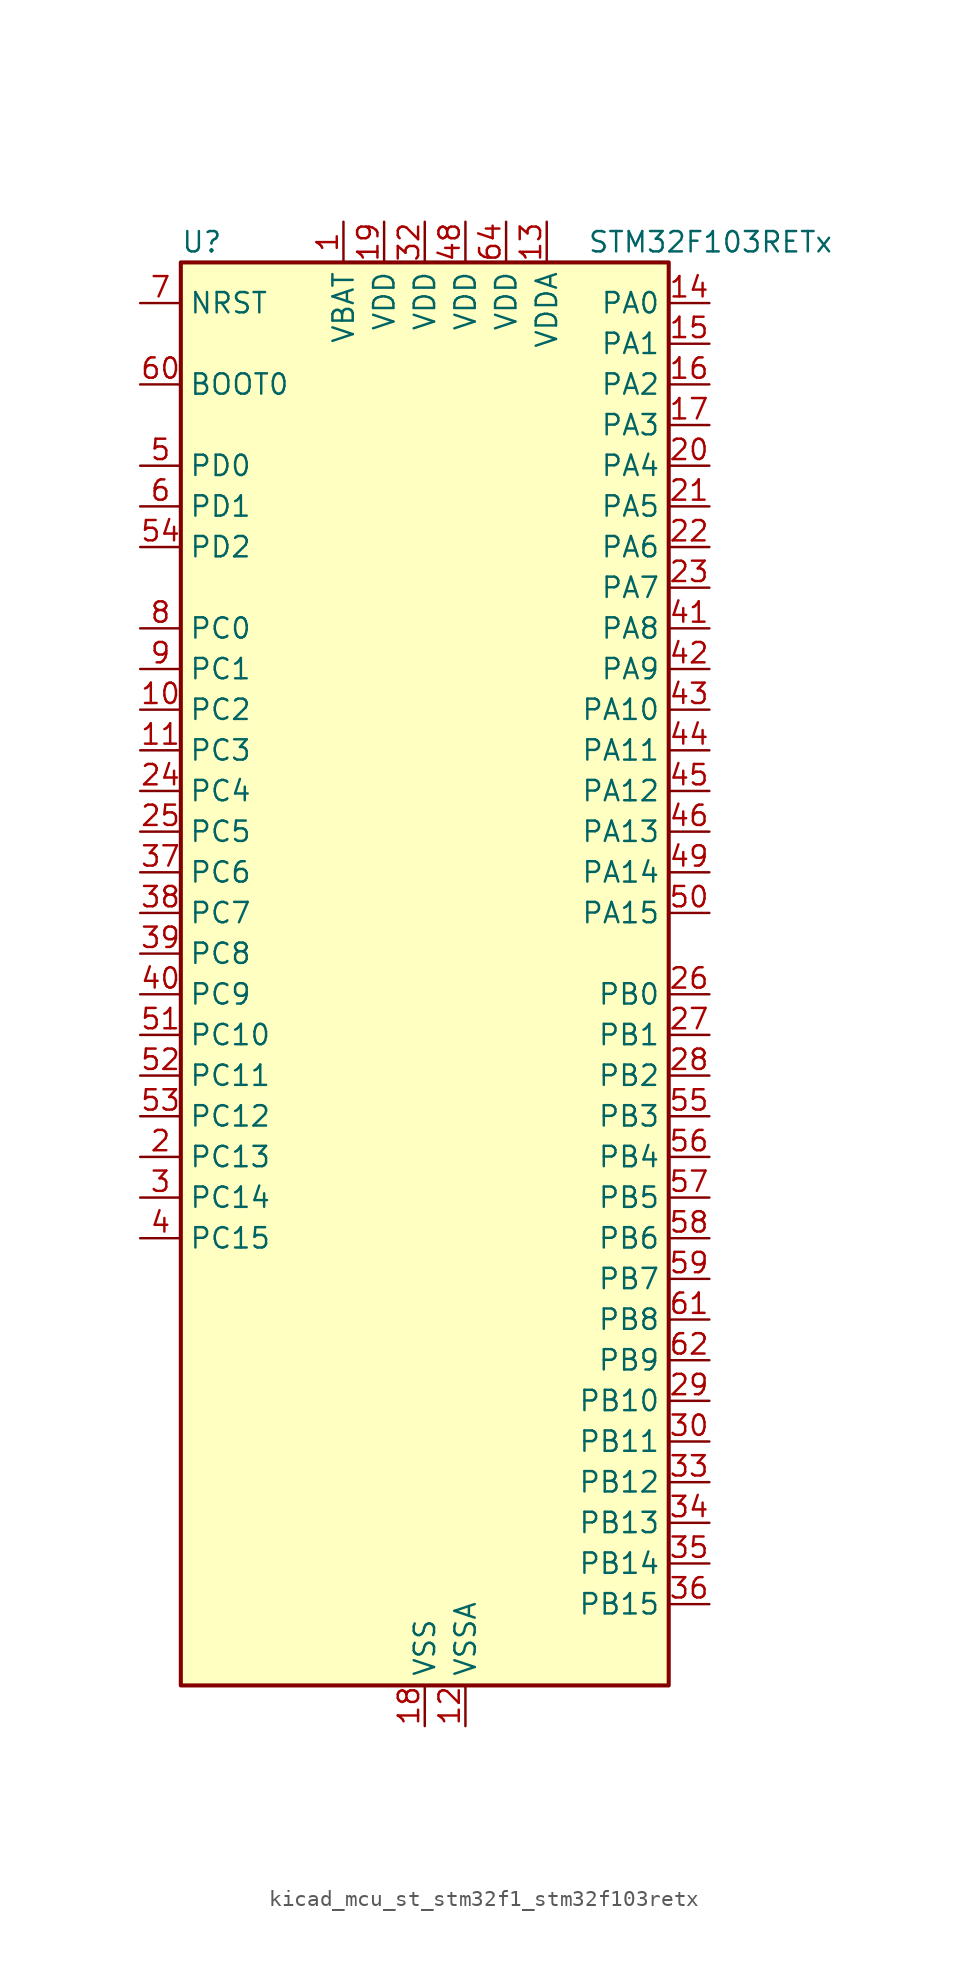
<source format=kicad_sym>
(kicad_symbol_lib
  (version 20220914)
  (generator kicad_symbol_editor)
  (symbol "kicad_mcu_st_stm32f1_stm32f103retx"
    (property "Reference" "U"
      (at -15.24 46.99 0)
      (effects (font (size 1.27 1.27)) (justify left)))
    (property "Value" "STM32F103RETx"
      (at 10.16 46.99 0)
      (effects (font (size 1.27 1.27)) (justify left)))
    (property "ki_locked" ""
      (at 0 0 0)
      (effects (font (size 1.27 1.27))))
    (symbol "kicad_mcu_st_stm32f1_stm32f103retx_0_1"
      (rectangle (start -15.24 -43.18) (end 15.24 45.72) (stroke (width 0.254) (type default)) (fill (type background))))
    (symbol "kicad_mcu_st_stm32f1_stm32f103retx_1_1"
      (pin power_in line (at -5.08 48.26 270) (length 2.54) (name "VBAT" (effects (font (size 1.27 1.27)))) (number "1" (effects (font (size 1.27 1.27)))))
      (pin bidirectional line (at -17.78 17.78 0) (length 2.54) (name "PC2" (effects (font (size 1.27 1.27)))) (number "10" (effects (font (size 1.27 1.27)))) (alternate "ADC1_IN12" bidirectional line) (alternate "ADC2_IN12" bidirectional line) (alternate "ADC3_IN12" bidirectional line))
      (pin bidirectional line (at -17.78 15.24 0) (length 2.54) (name "PC3" (effects (font (size 1.27 1.27)))) (number "11" (effects (font (size 1.27 1.27)))) (alternate "ADC1_IN13" bidirectional line) (alternate "ADC2_IN13" bidirectional line) (alternate "ADC3_IN13" bidirectional line))
      (pin power_in line (at 2.54 -45.72 90) (length 2.54) (name "VSSA" (effects (font (size 1.27 1.27)))) (number "12" (effects (font (size 1.27 1.27)))))
      (pin power_in line (at 7.62 48.26 270) (length 2.54) (name "VDDA" (effects (font (size 1.27 1.27)))) (number "13" (effects (font (size 1.27 1.27)))))
      (pin bidirectional line (at 17.78 43.18 180) (length 2.54) (name "PA0" (effects (font (size 1.27 1.27)))) (number "14" (effects (font (size 1.27 1.27)))) (alternate "ADC1_IN0" bidirectional line) (alternate "ADC2_IN0" bidirectional line) (alternate "ADC3_IN0" bidirectional line) (alternate "SYS_WKUP" bidirectional line) (alternate "TIM2_CH1" bidirectional line) (alternate "TIM2_ETR" bidirectional line) (alternate "TIM5_CH1" bidirectional line) (alternate "TIM8_ETR" bidirectional line) (alternate "USART2_CTS" bidirectional line))
      (pin bidirectional line (at 17.78 40.64 180) (length 2.54) (name "PA1" (effects (font (size 1.27 1.27)))) (number "15" (effects (font (size 1.27 1.27)))) (alternate "ADC1_IN1" bidirectional line) (alternate "ADC2_IN1" bidirectional line) (alternate "ADC3_IN1" bidirectional line) (alternate "TIM2_CH2" bidirectional line) (alternate "TIM5_CH2" bidirectional line) (alternate "USART2_RTS" bidirectional line))
      (pin bidirectional line (at 17.78 38.1 180) (length 2.54) (name "PA2" (effects (font (size 1.27 1.27)))) (number "16" (effects (font (size 1.27 1.27)))) (alternate "ADC1_IN2" bidirectional line) (alternate "ADC2_IN2" bidirectional line) (alternate "ADC3_IN2" bidirectional line) (alternate "TIM2_CH3" bidirectional line) (alternate "TIM5_CH3" bidirectional line) (alternate "USART2_TX" bidirectional line))
      (pin bidirectional line (at 17.78 35.56 180) (length 2.54) (name "PA3" (effects (font (size 1.27 1.27)))) (number "17" (effects (font (size 1.27 1.27)))) (alternate "ADC1_IN3" bidirectional line) (alternate "ADC2_IN3" bidirectional line) (alternate "ADC3_IN3" bidirectional line) (alternate "TIM2_CH4" bidirectional line) (alternate "TIM5_CH4" bidirectional line) (alternate "USART2_RX" bidirectional line))
      (pin power_in line (at 0 -45.72 90) (length 2.54) (name "VSS" (effects (font (size 1.27 1.27)))) (number "18" (effects (font (size 1.27 1.27)))))
      (pin power_in line (at -2.54 48.26 270) (length 2.54) (name "VDD" (effects (font (size 1.27 1.27)))) (number "19" (effects (font (size 1.27 1.27)))))
      (pin bidirectional line (at -17.78 -10.16 0) (length 2.54) (name "PC13" (effects (font (size 1.27 1.27)))) (number "2" (effects (font (size 1.27 1.27)))) (alternate "RTC_OUT" bidirectional line) (alternate "RTC_TAMPER" bidirectional line))
      (pin bidirectional line (at 17.78 33.02 180) (length 2.54) (name "PA4" (effects (font (size 1.27 1.27)))) (number "20" (effects (font (size 1.27 1.27)))) (alternate "ADC1_IN4" bidirectional line) (alternate "ADC2_IN4" bidirectional line) (alternate "DAC_OUT1" bidirectional line) (alternate "SPI1_NSS" bidirectional line) (alternate "USART2_CK" bidirectional line))
      (pin bidirectional line (at 17.78 30.48 180) (length 2.54) (name "PA5" (effects (font (size 1.27 1.27)))) (number "21" (effects (font (size 1.27 1.27)))) (alternate "ADC1_IN5" bidirectional line) (alternate "ADC2_IN5" bidirectional line) (alternate "DAC_OUT2" bidirectional line) (alternate "SPI1_SCK" bidirectional line))
      (pin bidirectional line (at 17.78 27.94 180) (length 2.54) (name "PA6" (effects (font (size 1.27 1.27)))) (number "22" (effects (font (size 1.27 1.27)))) (alternate "ADC1_IN6" bidirectional line) (alternate "ADC2_IN6" bidirectional line) (alternate "SPI1_MISO" bidirectional line) (alternate "TIM1_BKIN" bidirectional line) (alternate "TIM3_CH1" bidirectional line) (alternate "TIM8_BKIN" bidirectional line))
      (pin bidirectional line (at 17.78 25.4 180) (length 2.54) (name "PA7" (effects (font (size 1.27 1.27)))) (number "23" (effects (font (size 1.27 1.27)))) (alternate "ADC1_IN7" bidirectional line) (alternate "ADC2_IN7" bidirectional line) (alternate "SPI1_MOSI" bidirectional line) (alternate "TIM1_CH1N" bidirectional line) (alternate "TIM3_CH2" bidirectional line) (alternate "TIM8_CH1N" bidirectional line))
      (pin bidirectional line (at -17.78 12.7 0) (length 2.54) (name "PC4" (effects (font (size 1.27 1.27)))) (number "24" (effects (font (size 1.27 1.27)))) (alternate "ADC1_IN14" bidirectional line) (alternate "ADC2_IN14" bidirectional line))
      (pin bidirectional line (at -17.78 10.16 0) (length 2.54) (name "PC5" (effects (font (size 1.27 1.27)))) (number "25" (effects (font (size 1.27 1.27)))) (alternate "ADC1_IN15" bidirectional line) (alternate "ADC2_IN15" bidirectional line))
      (pin bidirectional line (at 17.78 0 180) (length 2.54) (name "PB0" (effects (font (size 1.27 1.27)))) (number "26" (effects (font (size 1.27 1.27)))) (alternate "ADC1_IN8" bidirectional line) (alternate "ADC2_IN8" bidirectional line) (alternate "TIM1_CH2N" bidirectional line) (alternate "TIM3_CH3" bidirectional line) (alternate "TIM8_CH2N" bidirectional line))
      (pin bidirectional line (at 17.78 -2.54 180) (length 2.54) (name "PB1" (effects (font (size 1.27 1.27)))) (number "27" (effects (font (size 1.27 1.27)))) (alternate "ADC1_IN9" bidirectional line) (alternate "ADC2_IN9" bidirectional line) (alternate "TIM1_CH3N" bidirectional line) (alternate "TIM3_CH4" bidirectional line) (alternate "TIM8_CH3N" bidirectional line))
      (pin bidirectional line (at 17.78 -5.08 180) (length 2.54) (name "PB2" (effects (font (size 1.27 1.27)))) (number "28" (effects (font (size 1.27 1.27)))))
      (pin bidirectional line (at 17.78 -25.4 180) (length 2.54) (name "PB10" (effects (font (size 1.27 1.27)))) (number "29" (effects (font (size 1.27 1.27)))) (alternate "I2C2_SCL" bidirectional line) (alternate "TIM2_CH3" bidirectional line) (alternate "USART3_TX" bidirectional line))
      (pin bidirectional line (at -17.78 -12.7 0) (length 2.54) (name "PC14" (effects (font (size 1.27 1.27)))) (number "3" (effects (font (size 1.27 1.27)))) (alternate "RCC_OSC32_IN" bidirectional line))
      (pin bidirectional line (at 17.78 -27.94 180) (length 2.54) (name "PB11" (effects (font (size 1.27 1.27)))) (number "30" (effects (font (size 1.27 1.27)))) (alternate "ADC1_EXTI11" bidirectional line) (alternate "ADC2_EXTI11" bidirectional line) (alternate "I2C2_SDA" bidirectional line) (alternate "TIM2_CH4" bidirectional line) (alternate "USART3_RX" bidirectional line))
      (pin passive line (at 0 -45.72 90) (length 2.54) hide (name "VSS" (effects (font (size 1.27 1.27)))) (number "31" (effects (font (size 1.27 1.27)))))
      (pin power_in line (at 0 48.26 270) (length 2.54) (name "VDD" (effects (font (size 1.27 1.27)))) (number "32" (effects (font (size 1.27 1.27)))))
      (pin bidirectional line (at 17.78 -30.48 180) (length 2.54) (name "PB12" (effects (font (size 1.27 1.27)))) (number "33" (effects (font (size 1.27 1.27)))) (alternate "I2C2_SMBA" bidirectional line) (alternate "I2S2_WS" bidirectional line) (alternate "SPI2_NSS" bidirectional line) (alternate "TIM1_BKIN" bidirectional line) (alternate "USART3_CK" bidirectional line))
      (pin bidirectional line (at 17.78 -33.02 180) (length 2.54) (name "PB13" (effects (font (size 1.27 1.27)))) (number "34" (effects (font (size 1.27 1.27)))) (alternate "I2S2_CK" bidirectional line) (alternate "SPI2_SCK" bidirectional line) (alternate "TIM1_CH1N" bidirectional line) (alternate "USART3_CTS" bidirectional line))
      (pin bidirectional line (at 17.78 -35.56 180) (length 2.54) (name "PB14" (effects (font (size 1.27 1.27)))) (number "35" (effects (font (size 1.27 1.27)))) (alternate "SPI2_MISO" bidirectional line) (alternate "TIM1_CH2N" bidirectional line) (alternate "USART3_RTS" bidirectional line))
      (pin bidirectional line (at 17.78 -38.1 180) (length 2.54) (name "PB15" (effects (font (size 1.27 1.27)))) (number "36" (effects (font (size 1.27 1.27)))) (alternate "ADC1_EXTI15" bidirectional line) (alternate "ADC2_EXTI15" bidirectional line) (alternate "I2S2_SD" bidirectional line) (alternate "SPI2_MOSI" bidirectional line) (alternate "TIM1_CH3N" bidirectional line))
      (pin bidirectional line (at -17.78 7.62 0) (length 2.54) (name "PC6" (effects (font (size 1.27 1.27)))) (number "37" (effects (font (size 1.27 1.27)))) (alternate "I2S2_MCK" bidirectional line) (alternate "SDIO_D6" bidirectional line) (alternate "TIM3_CH1" bidirectional line) (alternate "TIM8_CH1" bidirectional line))
      (pin bidirectional line (at -17.78 5.08 0) (length 2.54) (name "PC7" (effects (font (size 1.27 1.27)))) (number "38" (effects (font (size 1.27 1.27)))) (alternate "I2S3_MCK" bidirectional line) (alternate "SDIO_D7" bidirectional line) (alternate "TIM3_CH2" bidirectional line) (alternate "TIM8_CH2" bidirectional line))
      (pin bidirectional line (at -17.78 2.54 0) (length 2.54) (name "PC8" (effects (font (size 1.27 1.27)))) (number "39" (effects (font (size 1.27 1.27)))) (alternate "SDIO_D0" bidirectional line) (alternate "TIM3_CH3" bidirectional line) (alternate "TIM8_CH3" bidirectional line))
      (pin bidirectional line (at -17.78 -15.24 0) (length 2.54) (name "PC15" (effects (font (size 1.27 1.27)))) (number "4" (effects (font (size 1.27 1.27)))) (alternate "ADC1_EXTI15" bidirectional line) (alternate "ADC2_EXTI15" bidirectional line) (alternate "RCC_OSC32_OUT" bidirectional line))
      (pin bidirectional line (at -17.78 0 0) (length 2.54) (name "PC9" (effects (font (size 1.27 1.27)))) (number "40" (effects (font (size 1.27 1.27)))) (alternate "DAC_EXTI9" bidirectional line) (alternate "SDIO_D1" bidirectional line) (alternate "TIM3_CH4" bidirectional line) (alternate "TIM8_CH4" bidirectional line))
      (pin bidirectional line (at 17.78 22.86 180) (length 2.54) (name "PA8" (effects (font (size 1.27 1.27)))) (number "41" (effects (font (size 1.27 1.27)))) (alternate "RCC_MCO" bidirectional line) (alternate "TIM1_CH1" bidirectional line) (alternate "USART1_CK" bidirectional line))
      (pin bidirectional line (at 17.78 20.32 180) (length 2.54) (name "PA9" (effects (font (size 1.27 1.27)))) (number "42" (effects (font (size 1.27 1.27)))) (alternate "DAC_EXTI9" bidirectional line) (alternate "TIM1_CH2" bidirectional line) (alternate "USART1_TX" bidirectional line))
      (pin bidirectional line (at 17.78 17.78 180) (length 2.54) (name "PA10" (effects (font (size 1.27 1.27)))) (number "43" (effects (font (size 1.27 1.27)))) (alternate "TIM1_CH3" bidirectional line) (alternate "USART1_RX" bidirectional line))
      (pin bidirectional line (at 17.78 15.24 180) (length 2.54) (name "PA11" (effects (font (size 1.27 1.27)))) (number "44" (effects (font (size 1.27 1.27)))) (alternate "ADC1_EXTI11" bidirectional line) (alternate "ADC2_EXTI11" bidirectional line) (alternate "CAN_RX" bidirectional line) (alternate "TIM1_CH4" bidirectional line) (alternate "USART1_CTS" bidirectional line) (alternate "USB_DM" bidirectional line))
      (pin bidirectional line (at 17.78 12.7 180) (length 2.54) (name "PA12" (effects (font (size 1.27 1.27)))) (number "45" (effects (font (size 1.27 1.27)))) (alternate "CAN_TX" bidirectional line) (alternate "TIM1_ETR" bidirectional line) (alternate "USART1_RTS" bidirectional line) (alternate "USB_DP" bidirectional line))
      (pin bidirectional line (at 17.78 10.16 180) (length 2.54) (name "PA13" (effects (font (size 1.27 1.27)))) (number "46" (effects (font (size 1.27 1.27)))) (alternate "SYS_JTMS-SWDIO" bidirectional line))
      (pin passive line (at 0 -45.72 90) (length 2.54) hide (name "VSS" (effects (font (size 1.27 1.27)))) (number "47" (effects (font (size 1.27 1.27)))))
      (pin power_in line (at 2.54 48.26 270) (length 2.54) (name "VDD" (effects (font (size 1.27 1.27)))) (number "48" (effects (font (size 1.27 1.27)))))
      (pin bidirectional line (at 17.78 7.62 180) (length 2.54) (name "PA14" (effects (font (size 1.27 1.27)))) (number "49" (effects (font (size 1.27 1.27)))) (alternate "SYS_JTCK-SWCLK" bidirectional line))
      (pin bidirectional line (at -17.78 33.02 0) (length 2.54) (name "PD0" (effects (font (size 1.27 1.27)))) (number "5" (effects (font (size 1.27 1.27)))) (alternate "RCC_OSC_IN" bidirectional line))
      (pin bidirectional line (at 17.78 5.08 180) (length 2.54) (name "PA15" (effects (font (size 1.27 1.27)))) (number "50" (effects (font (size 1.27 1.27)))) (alternate "ADC1_EXTI15" bidirectional line) (alternate "ADC2_EXTI15" bidirectional line) (alternate "I2S3_WS" bidirectional line) (alternate "SPI1_NSS" bidirectional line) (alternate "SPI3_NSS" bidirectional line) (alternate "SYS_JTDI" bidirectional line) (alternate "TIM2_CH1" bidirectional line) (alternate "TIM2_ETR" bidirectional line))
      (pin bidirectional line (at -17.78 -2.54 0) (length 2.54) (name "PC10" (effects (font (size 1.27 1.27)))) (number "51" (effects (font (size 1.27 1.27)))) (alternate "SDIO_D2" bidirectional line) (alternate "UART4_TX" bidirectional line) (alternate "USART3_TX" bidirectional line))
      (pin bidirectional line (at -17.78 -5.08 0) (length 2.54) (name "PC11" (effects (font (size 1.27 1.27)))) (number "52" (effects (font (size 1.27 1.27)))) (alternate "ADC1_EXTI11" bidirectional line) (alternate "ADC2_EXTI11" bidirectional line) (alternate "SDIO_D3" bidirectional line) (alternate "UART4_RX" bidirectional line) (alternate "USART3_RX" bidirectional line))
      (pin bidirectional line (at -17.78 -7.62 0) (length 2.54) (name "PC12" (effects (font (size 1.27 1.27)))) (number "53" (effects (font (size 1.27 1.27)))) (alternate "SDIO_CK" bidirectional line) (alternate "UART5_TX" bidirectional line) (alternate "USART3_CK" bidirectional line))
      (pin bidirectional line (at -17.78 27.94 0) (length 2.54) (name "PD2" (effects (font (size 1.27 1.27)))) (number "54" (effects (font (size 1.27 1.27)))) (alternate "SDIO_CMD" bidirectional line) (alternate "TIM3_ETR" bidirectional line) (alternate "UART5_RX" bidirectional line))
      (pin bidirectional line (at 17.78 -7.62 180) (length 2.54) (name "PB3" (effects (font (size 1.27 1.27)))) (number "55" (effects (font (size 1.27 1.27)))) (alternate "I2S3_CK" bidirectional line) (alternate "SPI1_SCK" bidirectional line) (alternate "SPI3_SCK" bidirectional line) (alternate "SYS_JTDO-TRACESWO" bidirectional line) (alternate "TIM2_CH2" bidirectional line))
      (pin bidirectional line (at 17.78 -10.16 180) (length 2.54) (name "PB4" (effects (font (size 1.27 1.27)))) (number "56" (effects (font (size 1.27 1.27)))) (alternate "SPI1_MISO" bidirectional line) (alternate "SPI3_MISO" bidirectional line) (alternate "SYS_NJTRST" bidirectional line) (alternate "TIM3_CH1" bidirectional line))
      (pin bidirectional line (at 17.78 -12.7 180) (length 2.54) (name "PB5" (effects (font (size 1.27 1.27)))) (number "57" (effects (font (size 1.27 1.27)))) (alternate "I2C1_SMBA" bidirectional line) (alternate "I2S3_SD" bidirectional line) (alternate "SPI1_MOSI" bidirectional line) (alternate "SPI3_MOSI" bidirectional line) (alternate "TIM3_CH2" bidirectional line))
      (pin bidirectional line (at 17.78 -15.24 180) (length 2.54) (name "PB6" (effects (font (size 1.27 1.27)))) (number "58" (effects (font (size 1.27 1.27)))) (alternate "I2C1_SCL" bidirectional line) (alternate "TIM4_CH1" bidirectional line) (alternate "USART1_TX" bidirectional line))
      (pin bidirectional line (at 17.78 -17.78 180) (length 2.54) (name "PB7" (effects (font (size 1.27 1.27)))) (number "59" (effects (font (size 1.27 1.27)))) (alternate "I2C1_SDA" bidirectional line) (alternate "TIM4_CH2" bidirectional line) (alternate "USART1_RX" bidirectional line))
      (pin bidirectional line (at -17.78 30.48 0) (length 2.54) (name "PD1" (effects (font (size 1.27 1.27)))) (number "6" (effects (font (size 1.27 1.27)))) (alternate "RCC_OSC_OUT" bidirectional line))
      (pin input line (at -17.78 38.1 0) (length 2.54) (name "BOOT0" (effects (font (size 1.27 1.27)))) (number "60" (effects (font (size 1.27 1.27)))))
      (pin bidirectional line (at 17.78 -20.32 180) (length 2.54) (name "PB8" (effects (font (size 1.27 1.27)))) (number "61" (effects (font (size 1.27 1.27)))) (alternate "CAN_RX" bidirectional line) (alternate "I2C1_SCL" bidirectional line) (alternate "SDIO_D4" bidirectional line) (alternate "TIM4_CH3" bidirectional line))
      (pin bidirectional line (at 17.78 -22.86 180) (length 2.54) (name "PB9" (effects (font (size 1.27 1.27)))) (number "62" (effects (font (size 1.27 1.27)))) (alternate "CAN_TX" bidirectional line) (alternate "DAC_EXTI9" bidirectional line) (alternate "I2C1_SDA" bidirectional line) (alternate "SDIO_D5" bidirectional line) (alternate "TIM4_CH4" bidirectional line))
      (pin passive line (at 0 -45.72 90) (length 2.54) hide (name "VSS" (effects (font (size 1.27 1.27)))) (number "63" (effects (font (size 1.27 1.27)))))
      (pin power_in line (at 5.08 48.26 270) (length 2.54) (name "VDD" (effects (font (size 1.27 1.27)))) (number "64" (effects (font (size 1.27 1.27)))))
      (pin input line (at -17.78 43.18 0) (length 2.54) (name "NRST" (effects (font (size 1.27 1.27)))) (number "7" (effects (font (size 1.27 1.27)))))
      (pin bidirectional line (at -17.78 22.86 0) (length 2.54) (name "PC0" (effects (font (size 1.27 1.27)))) (number "8" (effects (font (size 1.27 1.27)))) (alternate "ADC1_IN10" bidirectional line) (alternate "ADC2_IN10" bidirectional line) (alternate "ADC3_IN10" bidirectional line))
      (pin bidirectional line (at -17.78 20.32 0) (length 2.54) (name "PC1" (effects (font (size 1.27 1.27)))) (number "9" (effects (font (size 1.27 1.27)))) (alternate "ADC1_IN11" bidirectional line) (alternate "ADC2_IN11" bidirectional line) (alternate "ADC3_IN11" bidirectional line)))))
</source>
